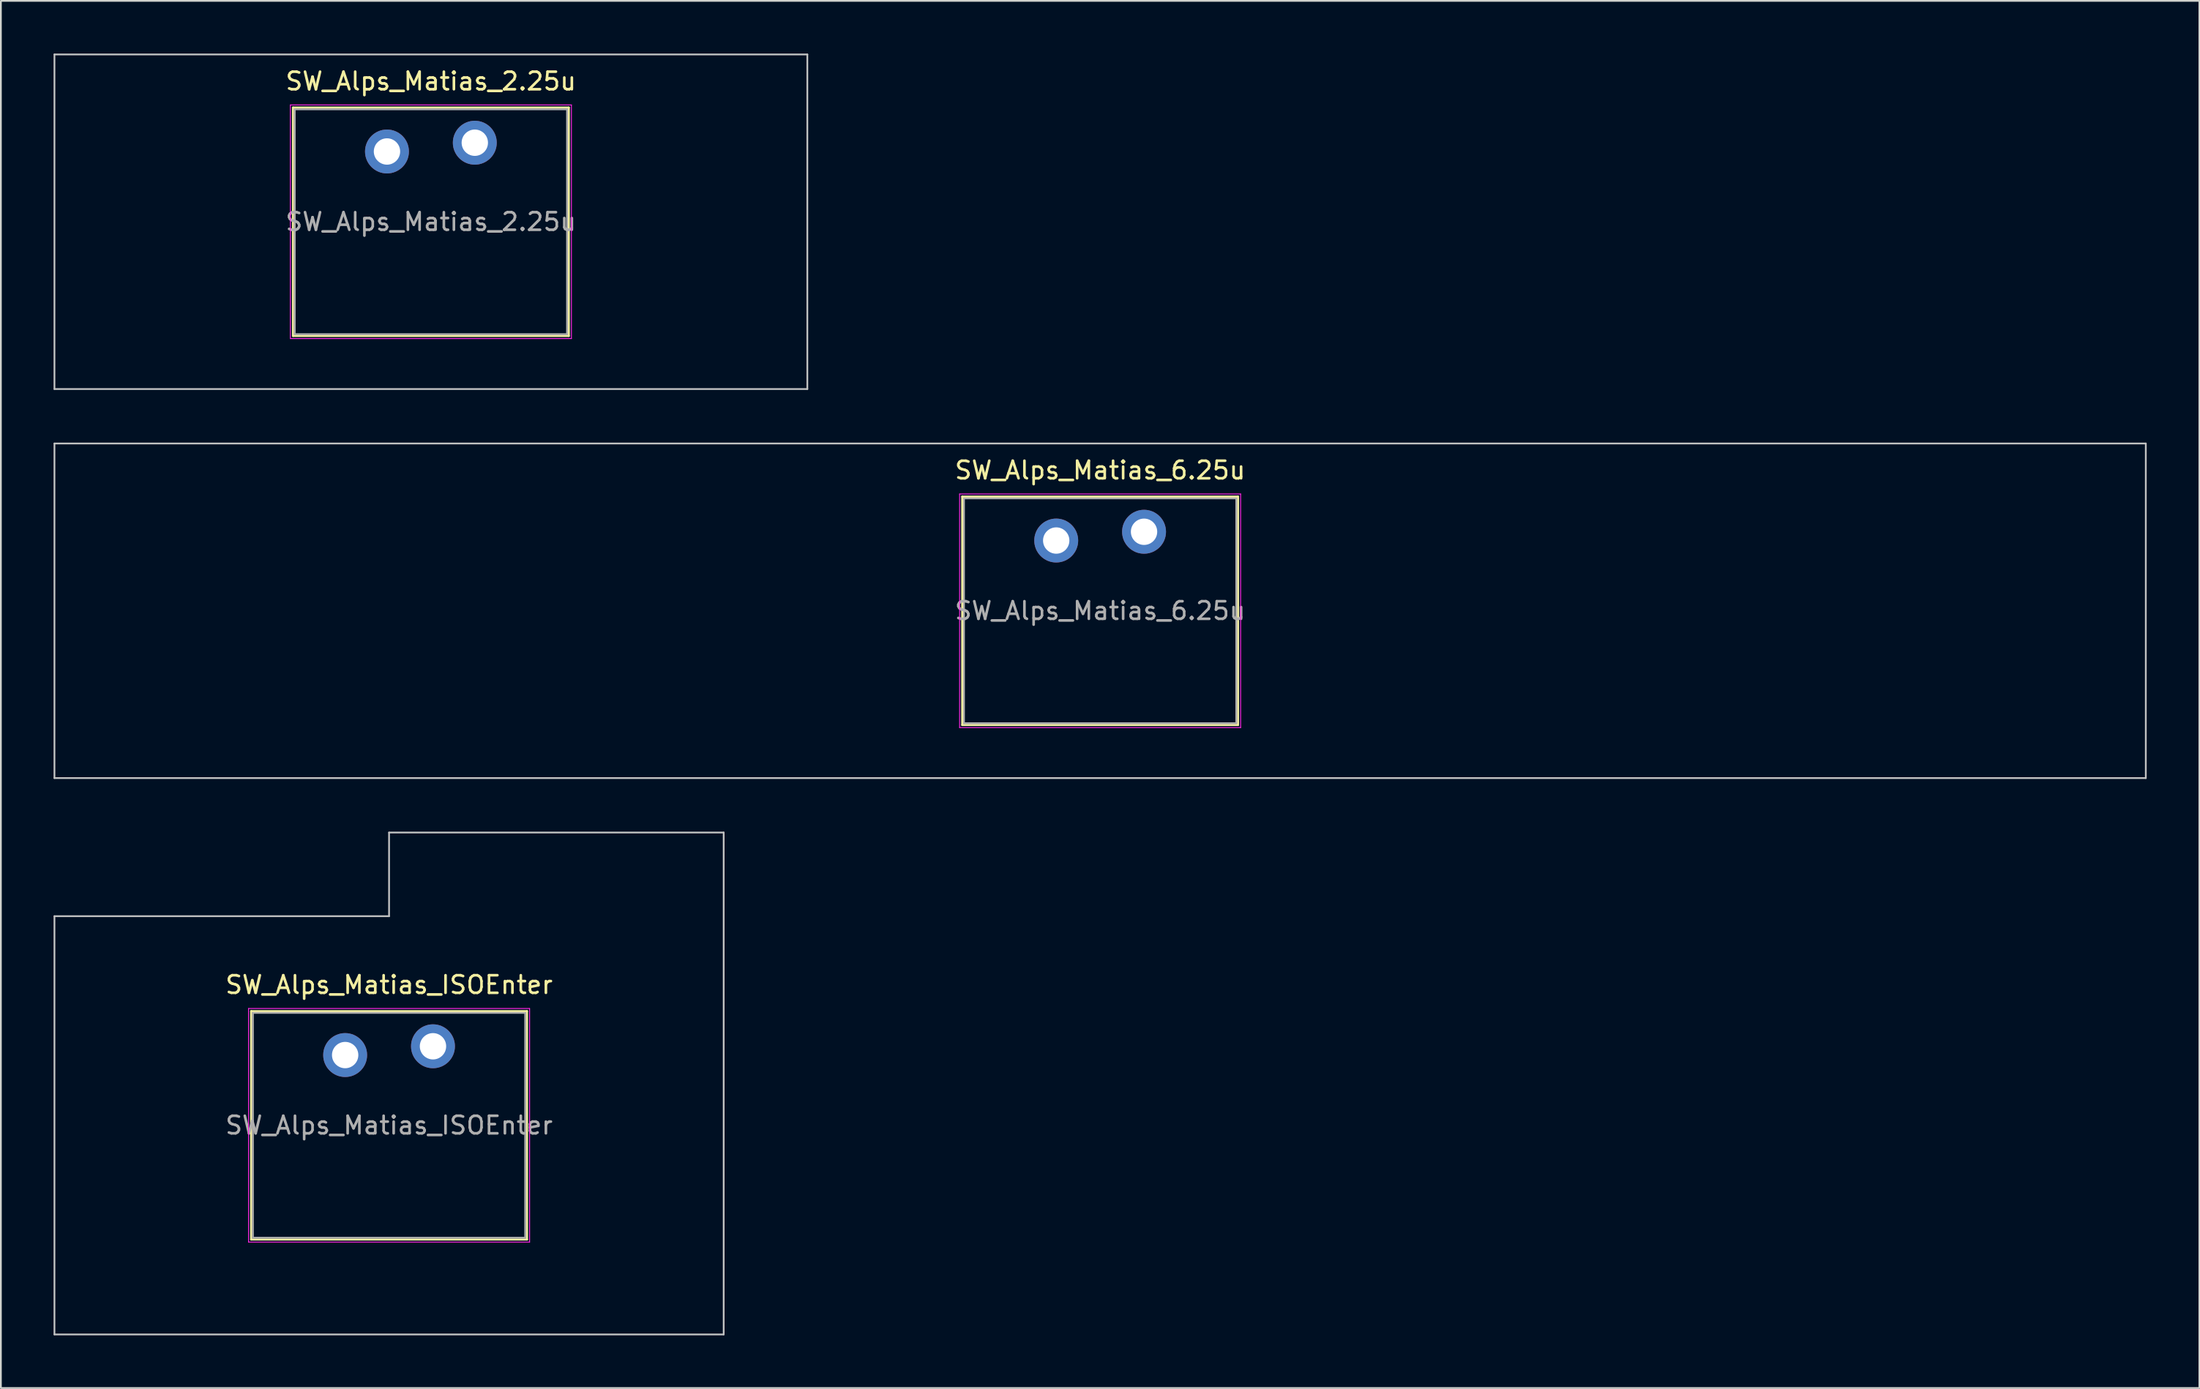
<source format=kicad_pcb>
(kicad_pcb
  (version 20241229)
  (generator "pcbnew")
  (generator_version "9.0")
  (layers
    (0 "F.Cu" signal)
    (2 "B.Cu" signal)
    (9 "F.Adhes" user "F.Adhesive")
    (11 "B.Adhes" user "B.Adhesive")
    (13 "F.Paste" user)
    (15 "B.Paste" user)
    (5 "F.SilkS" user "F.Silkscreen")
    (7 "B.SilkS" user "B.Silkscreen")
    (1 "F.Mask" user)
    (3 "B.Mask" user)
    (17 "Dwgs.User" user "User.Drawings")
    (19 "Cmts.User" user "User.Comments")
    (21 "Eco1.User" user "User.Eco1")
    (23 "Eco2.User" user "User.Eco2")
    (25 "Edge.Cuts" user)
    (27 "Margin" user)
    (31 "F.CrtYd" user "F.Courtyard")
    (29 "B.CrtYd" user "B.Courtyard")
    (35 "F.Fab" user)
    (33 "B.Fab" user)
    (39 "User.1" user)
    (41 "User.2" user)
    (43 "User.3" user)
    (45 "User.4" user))
  (footprint "SW_Alps_Matias_ISOEnter"
    (layer "F.Cu")
    (at 19.1 61.019)
    (property "Reference" "SW_Alps_Matias_ISOEnter" (at 0 -8 0) (layer "F.SilkS") (effects (font (size 1 1) (thickness 0.15))))
    (attr through_hole)
    (fp_line (start -7.85 -6.5) (end -7.85 6.5) (stroke (width 0.12) (type solid)) (layer "F.SilkS"))
    (fp_line (start -7.85 6.5) (end 7.85 6.5) (stroke (width 0.12) (type solid)) (layer "F.SilkS"))
    (fp_line (start 7.85 -6.5) (end -7.85 -6.5) (stroke (width 0.12) (type solid)) (layer "F.SilkS"))
    (fp_line (start 7.85 6.5) (end 7.85 -6.5) (stroke (width 0.12) (type solid)) (layer "F.SilkS"))
    (fp_line (start -19.05 -11.906) (end -19.05 11.906) (stroke (width 0.1) (type solid)) (layer "Dwgs.User"))
    (fp_line (start -19.05 11.906) (end 19.05 11.906) (stroke (width 0.1) (type solid)) (layer "Dwgs.User"))
    (fp_line (start 0 -16.669) (end 0 -11.906) (stroke (width 0.1) (type solid)) (layer "Dwgs.User"))
    (fp_line (start 0 -11.906) (end -19.05 -11.906) (stroke (width 0.1) (type solid)) (layer "Dwgs.User"))
    (fp_line (start 19.05 -16.669) (end 0 -16.669) (stroke (width 0.1) (type solid)) (layer "Dwgs.User"))
    (fp_line (start 19.05 11.906) (end 19.05 -16.669) (stroke (width 0.1) (type solid)) (layer "Dwgs.User"))
    (fp_line (start -8 -6.65) (end -8 6.65) (stroke (width 0.05) (type solid)) (layer "F.CrtYd"))
    (fp_line (start -8 6.65) (end 8 6.65) (stroke (width 0.05) (type solid)) (layer "F.CrtYd"))
    (fp_line (start 8 -6.65) (end -8 -6.65) (stroke (width 0.05) (type solid)) (layer "F.CrtYd"))
    (fp_line (start 8 6.65) (end 8 -6.65) (stroke (width 0.05) (type solid)) (layer "F.CrtYd"))
    (fp_line (start -7.75 -6.4) (end -7.75 6.4) (stroke (width 0.1) (type solid)) (layer "F.Fab"))
    (fp_line (start -7.75 6.4) (end 7.75 6.4) (stroke (width 0.1) (type solid)) (layer "F.Fab"))
    (fp_line (start 7.75 -6.4) (end -7.75 -6.4) (stroke (width 0.1) (type solid)) (layer "F.Fab"))
    (fp_line (start 7.75 6.4) (end 7.75 -6.4) (stroke (width 0.1) (type solid)) (layer "F.Fab"))
    (fp_text user "${REFERENCE}" (at 0 0 0) (layer "F.Fab") (effects (font (size 1 1) (thickness 0.15))))
    (pad "1" thru_hole circle (at 2.5 -4.5) (size 2.5 2.5) (drill 1.5) (layers "*.Cu" "B.Mask"))
    (pad "2" thru_hole circle (at -2.5 -4) (size 2.5 2.5) (drill 1.5) (layers "*.Cu" "B.Mask")))
  (footprint "SW_Alps_Matias_2.25u"
    (layer "F.Cu")
    (at 21.481 9.575)
    (property "Reference" "SW_Alps_Matias_2.25u" (at 0 -8 0) (layer "F.SilkS") (effects (font (size 1 1) (thickness 0.15))))
    (attr through_hole)
    (fp_line (start -7.85 -6.5) (end -7.85 6.5) (stroke (width 0.12) (type solid)) (layer "F.SilkS"))
    (fp_line (start -7.85 6.5) (end 7.85 6.5) (stroke (width 0.12) (type solid)) (layer "F.SilkS"))
    (fp_line (start 7.85 -6.5) (end -7.85 -6.5) (stroke (width 0.12) (type solid)) (layer "F.SilkS"))
    (fp_line (start 7.85 6.5) (end 7.85 -6.5) (stroke (width 0.12) (type solid)) (layer "F.SilkS"))
    (fp_line (start -21.431 -9.525) (end -21.431 9.525) (stroke (width 0.1) (type solid)) (layer "Dwgs.User"))
    (fp_line (start -21.431 9.525) (end 21.431 9.525) (stroke (width 0.1) (type solid)) (layer "Dwgs.User"))
    (fp_line (start 21.431 -9.525) (end -21.431 -9.525) (stroke (width 0.1) (type solid)) (layer "Dwgs.User"))
    (fp_line (start 21.431 9.525) (end 21.431 -9.525) (stroke (width 0.1) (type solid)) (layer "Dwgs.User"))
    (fp_line (start -8 -6.65) (end -8 6.65) (stroke (width 0.05) (type solid)) (layer "F.CrtYd"))
    (fp_line (start -8 6.65) (end 8 6.65) (stroke (width 0.05) (type solid)) (layer "F.CrtYd"))
    (fp_line (start 8 -6.65) (end -8 -6.65) (stroke (width 0.05) (type solid)) (layer "F.CrtYd"))
    (fp_line (start 8 6.65) (end 8 -6.65) (stroke (width 0.05) (type solid)) (layer "F.CrtYd"))
    (fp_line (start -7.75 -6.4) (end -7.75 6.4) (stroke (width 0.1) (type solid)) (layer "F.Fab"))
    (fp_line (start -7.75 6.4) (end 7.75 6.4) (stroke (width 0.1) (type solid)) (layer "F.Fab"))
    (fp_line (start 7.75 -6.4) (end -7.75 -6.4) (stroke (width 0.1) (type solid)) (layer "F.Fab"))
    (fp_line (start 7.75 6.4) (end 7.75 -6.4) (stroke (width 0.1) (type solid)) (layer "F.Fab"))
    (fp_text user "${REFERENCE}" (at 0 0 0) (layer "F.Fab") (effects (font (size 1 1) (thickness 0.15))))
    (pad "1" thru_hole circle (at 2.5 -4.5) (size 2.5 2.5) (drill 1.5) (layers "*.Cu" "B.Mask"))
    (pad "2" thru_hole circle (at -2.5 -4) (size 2.5 2.5) (drill 1.5) (layers "*.Cu" "B.Mask")))
  (footprint "SW_Alps_Matias_6.25u"
    (layer "F.Cu")
    (at 59.581 31.725)
    (property "Reference" "SW_Alps_Matias_6.25u" (at 0 -8 0) (layer "F.SilkS") (effects (font (size 1 1) (thickness 0.15))))
    (attr through_hole)
    (fp_line (start -7.85 -6.5) (end -7.85 6.5) (stroke (width 0.12) (type solid)) (layer "F.SilkS"))
    (fp_line (start -7.85 6.5) (end 7.85 6.5) (stroke (width 0.12) (type solid)) (layer "F.SilkS"))
    (fp_line (start 7.85 -6.5) (end -7.85 -6.5) (stroke (width 0.12) (type solid)) (layer "F.SilkS"))
    (fp_line (start 7.85 6.5) (end 7.85 -6.5) (stroke (width 0.12) (type solid)) (layer "F.SilkS"))
    (fp_line (start -59.531 -9.525) (end -59.531 9.525) (stroke (width 0.1) (type solid)) (layer "Dwgs.User"))
    (fp_line (start -59.531 9.525) (end 59.531 9.525) (stroke (width 0.1) (type solid)) (layer "Dwgs.User"))
    (fp_line (start 59.531 -9.525) (end -59.531 -9.525) (stroke (width 0.1) (type solid)) (layer "Dwgs.User"))
    (fp_line (start 59.531 9.525) (end 59.531 -9.525) (stroke (width 0.1) (type solid)) (layer "Dwgs.User"))
    (fp_line (start -8 -6.65) (end -8 6.65) (stroke (width 0.05) (type solid)) (layer "F.CrtYd"))
    (fp_line (start -8 6.65) (end 8 6.65) (stroke (width 0.05) (type solid)) (layer "F.CrtYd"))
    (fp_line (start 8 -6.65) (end -8 -6.65) (stroke (width 0.05) (type solid)) (layer "F.CrtYd"))
    (fp_line (start 8 6.65) (end 8 -6.65) (stroke (width 0.05) (type solid)) (layer "F.CrtYd"))
    (fp_line (start -7.75 -6.4) (end -7.75 6.4) (stroke (width 0.1) (type solid)) (layer "F.Fab"))
    (fp_line (start -7.75 6.4) (end 7.75 6.4) (stroke (width 0.1) (type solid)) (layer "F.Fab"))
    (fp_line (start 7.75 -6.4) (end -7.75 -6.4) (stroke (width 0.1) (type solid)) (layer "F.Fab"))
    (fp_line (start 7.75 6.4) (end 7.75 -6.4) (stroke (width 0.1) (type solid)) (layer "F.Fab"))
    (fp_text user "${REFERENCE}" (at 0 0 0) (layer "F.Fab") (effects (font (size 1 1) (thickness 0.15))))
    (pad "1" thru_hole circle (at 2.5 -4.5) (size 2.5 2.5) (drill 1.5) (layers "*.Cu" "B.Mask"))
    (pad "2" thru_hole circle (at -2.5 -4) (size 2.5 2.5) (drill 1.5) (layers "*.Cu" "B.Mask")))
  (gr_rect
    (start -3 -3)
    (end 122.162 75.975)
    (stroke (width 0.1) (type default))
    (fill no)
    (layer "Edge.Cuts")))
</source>
